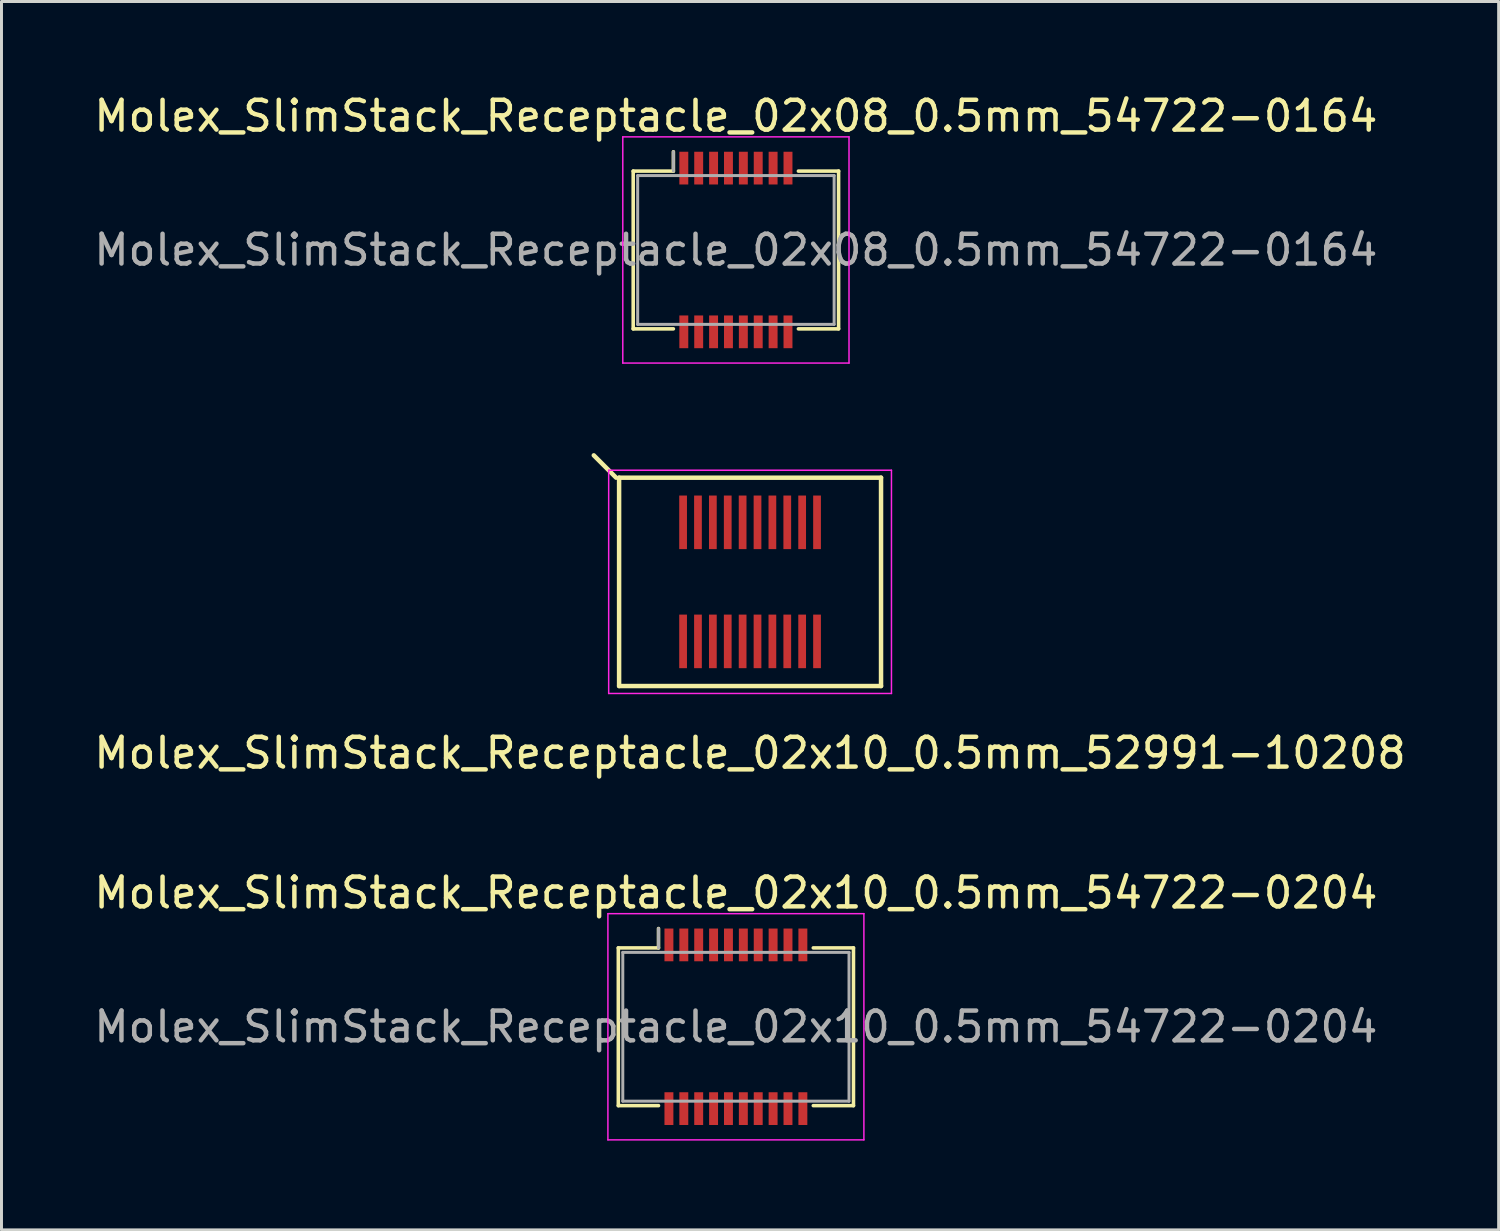
<source format=kicad_pcb>
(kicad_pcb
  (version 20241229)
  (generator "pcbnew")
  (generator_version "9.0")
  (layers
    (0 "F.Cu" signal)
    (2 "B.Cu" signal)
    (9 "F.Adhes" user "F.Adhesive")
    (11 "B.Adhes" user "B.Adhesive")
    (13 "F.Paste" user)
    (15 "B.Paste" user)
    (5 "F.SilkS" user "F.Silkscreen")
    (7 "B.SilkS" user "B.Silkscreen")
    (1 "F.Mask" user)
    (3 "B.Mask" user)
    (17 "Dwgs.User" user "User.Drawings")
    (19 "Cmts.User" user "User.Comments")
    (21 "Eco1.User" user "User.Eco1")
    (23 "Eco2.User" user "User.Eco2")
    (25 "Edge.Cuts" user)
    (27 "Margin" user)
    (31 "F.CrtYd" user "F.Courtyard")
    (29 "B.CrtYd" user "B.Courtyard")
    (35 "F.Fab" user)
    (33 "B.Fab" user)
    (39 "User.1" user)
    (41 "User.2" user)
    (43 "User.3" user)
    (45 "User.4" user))
  (footprint "Molex_SlimStack_Receptacle_02x08_0.5mm_54722-0164"
    (layer "F.Cu")
    (at 21.673 5.348)
    (property "Reference" "Molex_SlimStack_Receptacle_02x08_0.5mm_54722-0164" (at 0 -4.5 0) (layer "F.SilkS") (effects (font (size 1 1) (thickness 0.15))))
    (attr smd)
    (fp_line (start -3.45 -2.65) (end -2.1 -2.65) (stroke (width 0.12) (type solid)) (layer "F.SilkS"))
    (fp_line (start -3.45 2.65) (end -3.45 -2.65) (stroke (width 0.12) (type solid)) (layer "F.SilkS"))
    (fp_line (start -2.1 -2.65) (end -2.1 -3.3) (stroke (width 0.12) (type solid)) (layer "F.SilkS"))
    (fp_line (start -2.1 2.65) (end -3.45 2.65) (stroke (width 0.12) (type solid)) (layer "F.SilkS"))
    (fp_line (start 2.1 2.65) (end 3.45 2.65) (stroke (width 0.12) (type solid)) (layer "F.SilkS"))
    (fp_line (start 3.45 -2.65) (end 2.1 -2.65) (stroke (width 0.12) (type solid)) (layer "F.SilkS"))
    (fp_line (start 3.45 2.65) (end 3.45 -2.65) (stroke (width 0.12) (type solid)) (layer "F.SilkS"))
    (fp_line (start -3.8 -3.8) (end -3.8 3.8) (stroke (width 0.05) (type solid)) (layer "F.CrtYd"))
    (fp_line (start -3.8 3.8) (end 3.8 3.8) (stroke (width 0.05) (type solid)) (layer "F.CrtYd"))
    (fp_line (start 3.8 -3.8) (end -3.8 -3.8) (stroke (width 0.05) (type solid)) (layer "F.CrtYd"))
    (fp_line (start 3.8 3.8) (end 3.8 -3.8) (stroke (width 0.05) (type solid)) (layer "F.CrtYd"))
    (fp_line (start -3.3 -2.5) (end -3.3 2.5) (stroke (width 0.1) (type solid)) (layer "F.Fab"))
    (fp_line (start -3.3 2.5) (end 3.3 2.5) (stroke (width 0.1) (type solid)) (layer "F.Fab"))
    (fp_line (start -2.1 -2.65) (end -2.1 -3.3) (stroke (width 0.1) (type solid)) (layer "F.Fab"))
    (fp_line (start 3.3 -2.5) (end -3.3 -2.5) (stroke (width 0.1) (type solid)) (layer "F.Fab"))
    (fp_line (start 3.3 2.5) (end 3.3 -2.5) (stroke (width 0.1) (type solid)) (layer "F.Fab"))
    (fp_text user "${REFERENCE}" (at 0 0 0) (layer "F.Fab") (effects (font (size 1 1) (thickness 0.15))))
    (pad "1" smd rect (at -1.75 -2.75) (size 0.3 1.1) (layers "F.Cu" "F.Mask" "F.Paste"))
    (pad "2" smd rect (at -1.75 2.75) (size 0.3 1.1) (layers "F.Cu" "F.Mask" "F.Paste"))
    (pad "3" smd rect (at -1.25 -2.75) (size 0.3 1.1) (layers "F.Cu" "F.Mask" "F.Paste"))
    (pad "4" smd rect (at -1.25 2.75) (size 0.3 1.1) (layers "F.Cu" "F.Mask" "F.Paste"))
    (pad "5" smd rect (at -0.75 -2.75) (size 0.3 1.1) (layers "F.Cu" "F.Mask" "F.Paste"))
    (pad "6" smd rect (at -0.75 2.75) (size 0.3 1.1) (layers "F.Cu" "F.Mask" "F.Paste"))
    (pad "7" smd rect (at -0.25 -2.75) (size 0.3 1.1) (layers "F.Cu" "F.Mask" "F.Paste"))
    (pad "8" smd rect (at -0.25 2.75) (size 0.3 1.1) (layers "F.Cu" "F.Mask" "F.Paste"))
    (pad "9" smd rect (at 0.25 -2.75) (size 0.3 1.1) (layers "F.Cu" "F.Mask" "F.Paste"))
    (pad "10" smd rect (at 0.25 2.75) (size 0.3 1.1) (layers "F.Cu" "F.Mask" "F.Paste"))
    (pad "11" smd rect (at 0.75 -2.75) (size 0.3 1.1) (layers "F.Cu" "F.Mask" "F.Paste"))
    (pad "12" smd rect (at 0.75 2.75) (size 0.3 1.1) (layers "F.Cu" "F.Mask" "F.Paste"))
    (pad "13" smd rect (at 1.25 -2.75) (size 0.3 1.1) (layers "F.Cu" "F.Mask" "F.Paste"))
    (pad "14" smd rect (at 1.25 2.75) (size 0.3 1.1) (layers "F.Cu" "F.Mask" "F.Paste"))
    (pad "15" smd rect (at 1.75 -2.75) (size 0.3 1.1) (layers "F.Cu" "F.Mask" "F.Paste"))
    (pad "16" smd rect (at 1.75 2.75) (size 0.3 1.1) (layers "F.Cu" "F.Mask" "F.Paste")))
  (footprint "Molex_SlimStack_Receptacle_02x10_0.5mm_54722-0204"
    (layer "F.Cu")
    (at 21.673 31.445)
    (property "Reference" "Molex_SlimStack_Receptacle_02x10_0.5mm_54722-0204" (at 0 -4.5 0) (layer "F.SilkS") (effects (font (size 1 1) (thickness 0.15))))
    (attr smd)
    (fp_line (start -3.95 -2.65) (end -2.6 -2.65) (stroke (width 0.12) (type solid)) (layer "F.SilkS"))
    (fp_line (start -3.95 2.65) (end -3.95 -2.65) (stroke (width 0.12) (type solid)) (layer "F.SilkS"))
    (fp_line (start -2.6 -2.65) (end -2.6 -3.3) (stroke (width 0.12) (type solid)) (layer "F.SilkS"))
    (fp_line (start -2.6 2.65) (end -3.95 2.65) (stroke (width 0.12) (type solid)) (layer "F.SilkS"))
    (fp_line (start 2.6 2.65) (end 3.95 2.65) (stroke (width 0.12) (type solid)) (layer "F.SilkS"))
    (fp_line (start 3.95 -2.65) (end 2.6 -2.65) (stroke (width 0.12) (type solid)) (layer "F.SilkS"))
    (fp_line (start 3.95 2.65) (end 3.95 -2.65) (stroke (width 0.12) (type solid)) (layer "F.SilkS"))
    (fp_line (start -4.3 -3.8) (end -4.3 3.8) (stroke (width 0.05) (type solid)) (layer "F.CrtYd"))
    (fp_line (start -4.3 3.8) (end 4.3 3.8) (stroke (width 0.05) (type solid)) (layer "F.CrtYd"))
    (fp_line (start 4.3 -3.8) (end -4.3 -3.8) (stroke (width 0.05) (type solid)) (layer "F.CrtYd"))
    (fp_line (start 4.3 3.8) (end 4.3 -3.8) (stroke (width 0.05) (type solid)) (layer "F.CrtYd"))
    (fp_line (start -3.8 -2.5) (end -3.8 2.5) (stroke (width 0.1) (type solid)) (layer "F.Fab"))
    (fp_line (start -3.8 2.5) (end 3.8 2.5) (stroke (width 0.1) (type solid)) (layer "F.Fab"))
    (fp_line (start -2.6 -2.65) (end -2.6 -3.3) (stroke (width 0.1) (type solid)) (layer "F.Fab"))
    (fp_line (start 3.8 -2.5) (end -3.8 -2.5) (stroke (width 0.1) (type solid)) (layer "F.Fab"))
    (fp_line (start 3.8 2.5) (end 3.8 -2.5) (stroke (width 0.1) (type solid)) (layer "F.Fab"))
    (fp_text user "${REFERENCE}" (at 0 0 0) (layer "F.Fab") (effects (font (size 1 1) (thickness 0.15))))
    (pad "1" smd rect (at -2.25 -2.75) (size 0.3 1.1) (layers "F.Cu" "F.Mask" "F.Paste"))
    (pad "2" smd rect (at -2.25 2.75) (size 0.3 1.1) (layers "F.Cu" "F.Mask" "F.Paste"))
    (pad "3" smd rect (at -1.75 -2.75) (size 0.3 1.1) (layers "F.Cu" "F.Mask" "F.Paste"))
    (pad "4" smd rect (at -1.75 2.75) (size 0.3 1.1) (layers "F.Cu" "F.Mask" "F.Paste"))
    (pad "5" smd rect (at -1.25 -2.75) (size 0.3 1.1) (layers "F.Cu" "F.Mask" "F.Paste"))
    (pad "6" smd rect (at -1.25 2.75) (size 0.3 1.1) (layers "F.Cu" "F.Mask" "F.Paste"))
    (pad "7" smd rect (at -0.75 -2.75) (size 0.3 1.1) (layers "F.Cu" "F.Mask" "F.Paste"))
    (pad "8" smd rect (at -0.75 2.75) (size 0.3 1.1) (layers "F.Cu" "F.Mask" "F.Paste"))
    (pad "9" smd rect (at -0.25 -2.75) (size 0.3 1.1) (layers "F.Cu" "F.Mask" "F.Paste"))
    (pad "10" smd rect (at -0.25 2.75) (size 0.3 1.1) (layers "F.Cu" "F.Mask" "F.Paste"))
    (pad "11" smd rect (at 0.25 -2.75) (size 0.3 1.1) (layers "F.Cu" "F.Mask" "F.Paste"))
    (pad "12" smd rect (at 0.25 2.75) (size 0.3 1.1) (layers "F.Cu" "F.Mask" "F.Paste"))
    (pad "13" smd rect (at 0.75 -2.75) (size 0.3 1.1) (layers "F.Cu" "F.Mask" "F.Paste"))
    (pad "14" smd rect (at 0.75 2.75) (size 0.3 1.1) (layers "F.Cu" "F.Mask" "F.Paste"))
    (pad "15" smd rect (at 1.25 -2.75) (size 0.3 1.1) (layers "F.Cu" "F.Mask" "F.Paste"))
    (pad "16" smd rect (at 1.25 2.75) (size 0.3 1.1) (layers "F.Cu" "F.Mask" "F.Paste"))
    (pad "17" smd rect (at 1.75 -2.75) (size 0.3 1.1) (layers "F.Cu" "F.Mask" "F.Paste"))
    (pad "18" smd rect (at 1.75 2.75) (size 0.3 1.1) (layers "F.Cu" "F.Mask" "F.Paste"))
    (pad "19" smd rect (at 2.25 -2.75) (size 0.3 1.1) (layers "F.Cu" "F.Mask" "F.Paste"))
    (pad "20" smd rect (at 2.25 2.75) (size 0.3 1.1) (layers "F.Cu" "F.Mask" "F.Paste")))
  (footprint "Molex_SlimStack_Receptacle_02x10_0.5mm_52991-10208"
    (layer "F.Cu")
    (at 22.149 16.498)
    (property "Reference" "Molex_SlimStack_Receptacle_02x10_0.5mm_52991-10208" (at 0 5.75 0) (layer "F.SilkS") (effects (font (size 1 1) (thickness 0.15))))
    (attr smd)
    (fp_line (start -4.5 -3.5) (end -5.25 -4.25) (stroke (width 0.15) (type solid)) (layer "F.SilkS"))
    (fp_line (start -4.4 -3.5) (end -4.4 3.5) (stroke (width 0.15) (type solid)) (layer "F.SilkS"))
    (fp_line (start -4.4 3.5) (end 4.4 3.5) (stroke (width 0.15) (type solid)) (layer "F.SilkS"))
    (fp_line (start 4.4 -3.5) (end -4.4 -3.5) (stroke (width 0.15) (type solid)) (layer "F.SilkS"))
    (fp_line (start 4.4 3.5) (end 4.4 -3.5) (stroke (width 0.15) (type solid)) (layer "F.SilkS"))
    (fp_line (start -4.75 -3.75) (end -4.75 3.75) (stroke (width 0.05) (type solid)) (layer "F.CrtYd"))
    (fp_line (start -4.75 3.75) (end 4.75 3.75) (stroke (width 0.05) (type solid)) (layer "F.CrtYd"))
    (fp_line (start 4.75 -3.75) (end -4.75 -3.75) (stroke (width 0.05) (type solid)) (layer "F.CrtYd"))
    (fp_line (start 4.75 3.75) (end 4.75 -3.75) (stroke (width 0.05) (type solid)) (layer "F.CrtYd"))
    (pad "1" smd rect (at -2.25 -2) (size 0.26 1.8) (layers "F.Cu" "F.Mask" "F.Paste"))
    (pad "2" smd rect (at -2.25 2) (size 0.26 1.8) (layers "F.Cu" "F.Mask" "F.Paste"))
    (pad "3" smd rect (at -1.75 -2) (size 0.26 1.8) (layers "F.Cu" "F.Mask" "F.Paste"))
    (pad "4" smd rect (at -1.75 2) (size 0.26 1.8) (layers "F.Cu" "F.Mask" "F.Paste"))
    (pad "5" smd rect (at -1.25 -2) (size 0.26 1.8) (layers "F.Cu" "F.Mask" "F.Paste"))
    (pad "6" smd rect (at -1.25 2) (size 0.26 1.8) (layers "F.Cu" "F.Mask" "F.Paste"))
    (pad "7" smd rect (at -0.75 -2) (size 0.26 1.8) (layers "F.Cu" "F.Mask" "F.Paste"))
    (pad "8" smd rect (at -0.75 2) (size 0.26 1.8) (layers "F.Cu" "F.Mask" "F.Paste"))
    (pad "9" smd rect (at -0.25 -2) (size 0.26 1.8) (layers "F.Cu" "F.Mask" "F.Paste"))
    (pad "10" smd rect (at -0.25 2) (size 0.26 1.8) (layers "F.Cu" "F.Mask" "F.Paste"))
    (pad "11" smd rect (at 0.25 -2) (size 0.26 1.8) (layers "F.Cu" "F.Mask" "F.Paste"))
    (pad "12" smd rect (at 0.25 2) (size 0.26 1.8) (layers "F.Cu" "F.Mask" "F.Paste"))
    (pad "13" smd rect (at 0.75 -2) (size 0.26 1.8) (layers "F.Cu" "F.Mask" "F.Paste"))
    (pad "14" smd rect (at 0.75 2) (size 0.26 1.8) (layers "F.Cu" "F.Mask" "F.Paste"))
    (pad "15" smd rect (at 1.25 -2) (size 0.26 1.8) (layers "F.Cu" "F.Mask" "F.Paste"))
    (pad "16" smd rect (at 1.25 2) (size 0.26 1.8) (layers "F.Cu" "F.Mask" "F.Paste"))
    (pad "17" smd rect (at 1.75 -2) (size 0.26 1.8) (layers "F.Cu" "F.Mask" "F.Paste"))
    (pad "18" smd rect (at 1.75 2) (size 0.26 1.8) (layers "F.Cu" "F.Mask" "F.Paste"))
    (pad "19" smd rect (at 2.25 -2) (size 0.26 1.8) (layers "F.Cu" "F.Mask" "F.Paste"))
    (pad "20" smd rect (at 2.25 2) (size 0.26 1.8) (layers "F.Cu" "F.Mask" "F.Paste")))
  (gr_rect
    (start -3 -3)
    (end 47.298 38.27)
    (stroke (width 0.1) (type default))
    (fill no)
    (layer "Edge.Cuts")))
</source>
